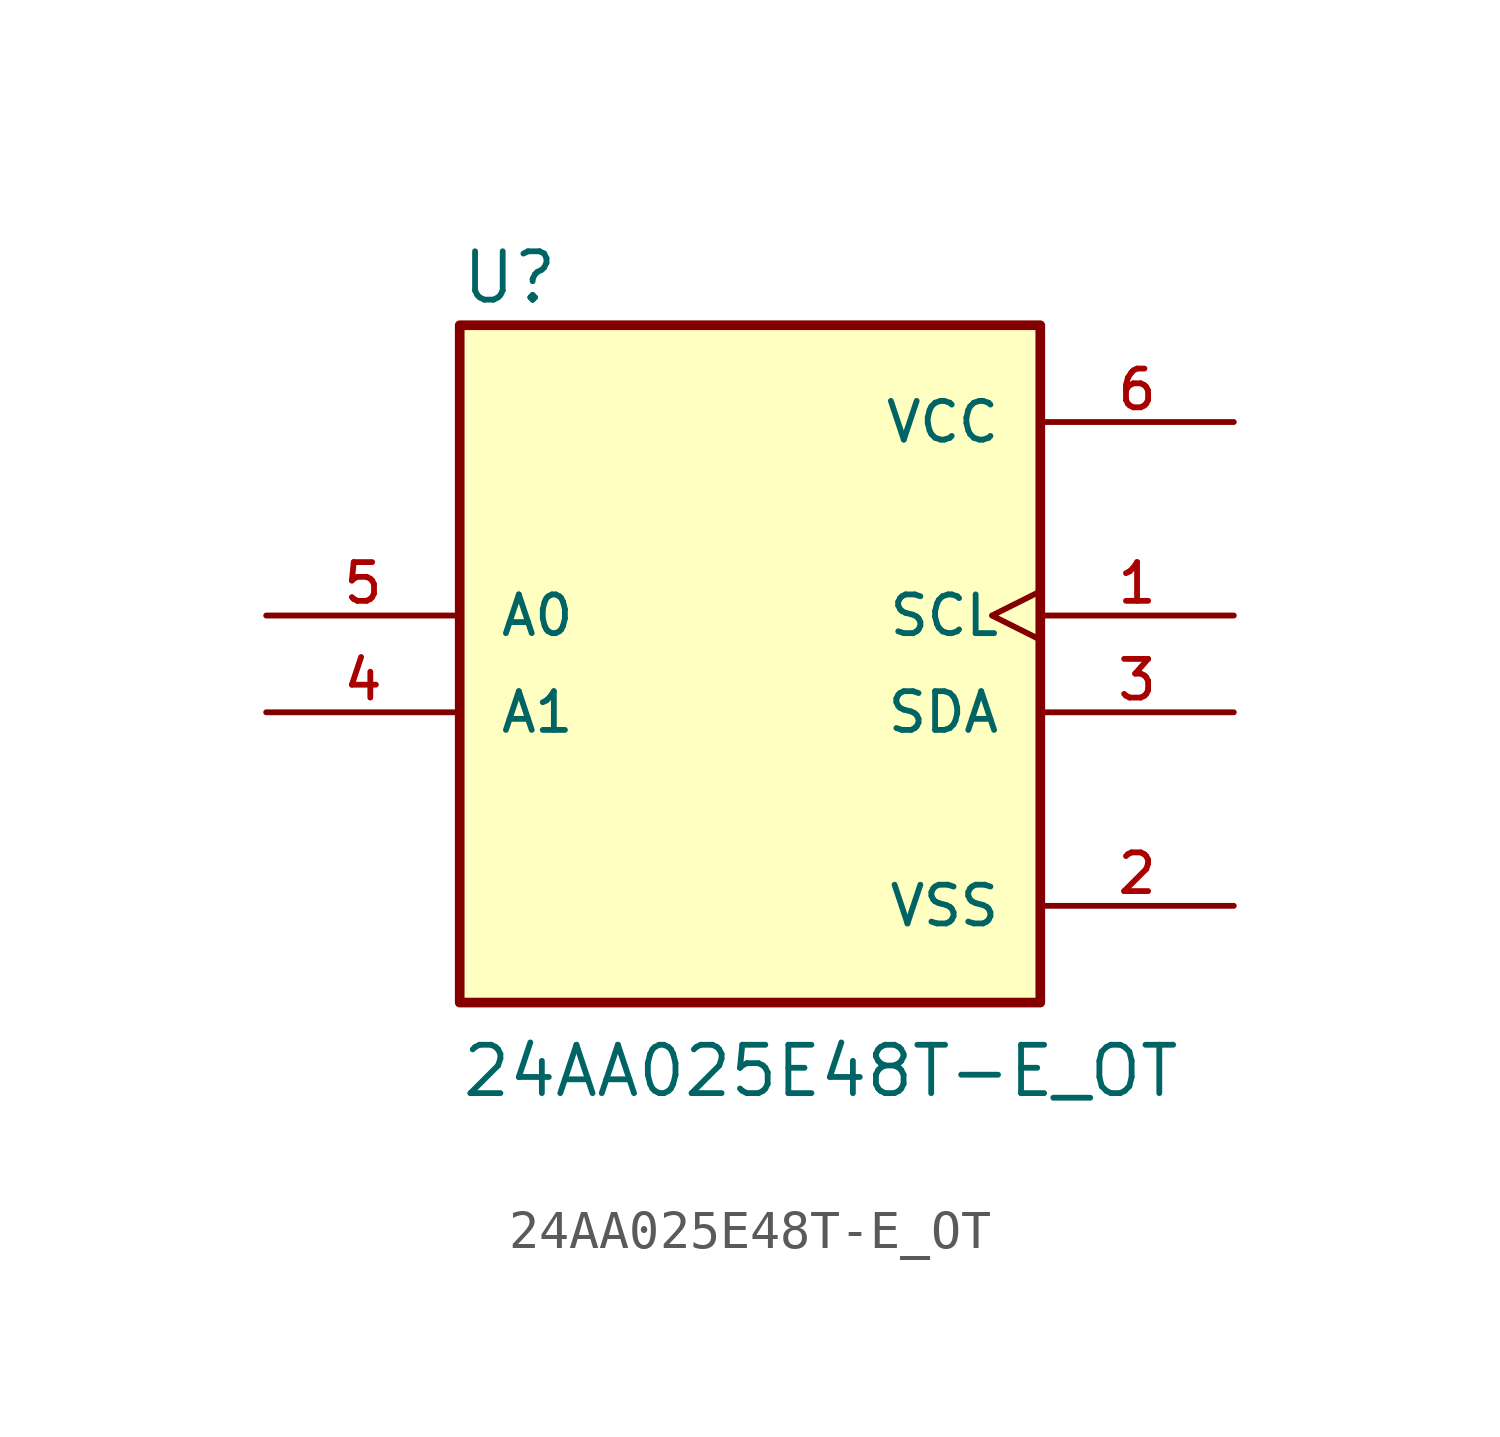
<source format=kicad_sym>
(kicad_symbol_lib
  (version 20211014)
  (generator kicad_symbol_editor)
  (symbol "24AA025E48T-E_OT"
    (pin_names
      (offset 1.016))
    (property "Reference" "U"
      (at -7.62 10.668 0)
      (effects (font (size 1.27 1.27)) (justify bottom left)))
    (property "Value" "24AA025E48T-E_OT"
      (at -7.62 -10.16 0)
      (effects (font (size 1.27 1.27)) (justify bottom left)))
    (symbol "24AA025E48T-E_OT_0_0"
      (rectangle (start -7.62 -7.62) (end 7.62 10.16) (stroke (width 0.254)) (fill (type background)))
      (pin input clock (at 12.7 2.54 180.0) (length 5.08) (name "SCL" (effects (font (size 1.016 1.016)))) (number "1" (effects (font (size 1.016 1.016)))))
      (pin power_in line (at 12.7 -5.08 180.0) (length 5.08) (name "VSS" (effects (font (size 1.016 1.016)))) (number "2" (effects (font (size 1.016 1.016)))))
      (pin bidirectional line (at 12.7 0.0 180.0) (length 5.08) (name "SDA" (effects (font (size 1.016 1.016)))) (number "3" (effects (font (size 1.016 1.016)))))
      (pin power_in line (at 12.7 7.62 180.0) (length 5.08) (name "VCC" (effects (font (size 1.016 1.016)))) (number "6" (effects (font (size 1.016 1.016)))))
      (pin input line (at -12.7 2.54 0) (length 5.08) (name "A0" (effects (font (size 1.016 1.016)))) (number "5" (effects (font (size 1.016 1.016)))))
      (pin input line (at -12.7 0.0 0) (length 5.08) (name "A1" (effects (font (size 1.016 1.016)))) (number "4" (effects (font (size 1.016 1.016))))))))
</source>
